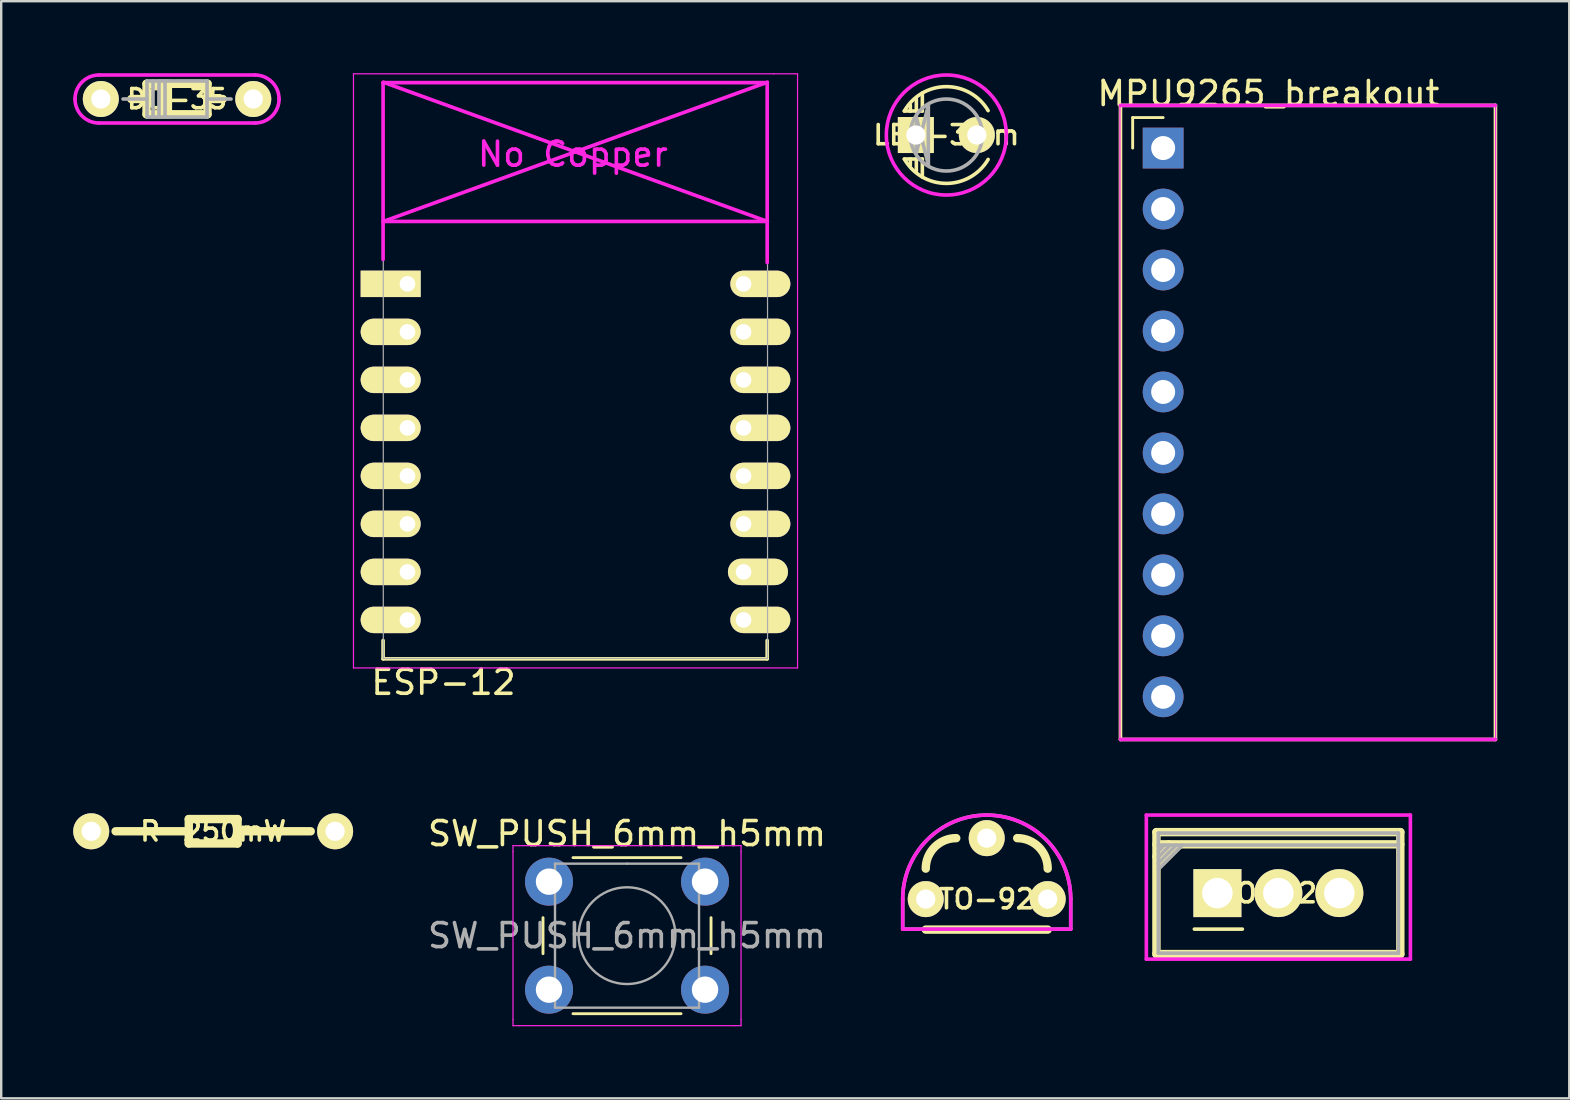
<source format=kicad_pcb>
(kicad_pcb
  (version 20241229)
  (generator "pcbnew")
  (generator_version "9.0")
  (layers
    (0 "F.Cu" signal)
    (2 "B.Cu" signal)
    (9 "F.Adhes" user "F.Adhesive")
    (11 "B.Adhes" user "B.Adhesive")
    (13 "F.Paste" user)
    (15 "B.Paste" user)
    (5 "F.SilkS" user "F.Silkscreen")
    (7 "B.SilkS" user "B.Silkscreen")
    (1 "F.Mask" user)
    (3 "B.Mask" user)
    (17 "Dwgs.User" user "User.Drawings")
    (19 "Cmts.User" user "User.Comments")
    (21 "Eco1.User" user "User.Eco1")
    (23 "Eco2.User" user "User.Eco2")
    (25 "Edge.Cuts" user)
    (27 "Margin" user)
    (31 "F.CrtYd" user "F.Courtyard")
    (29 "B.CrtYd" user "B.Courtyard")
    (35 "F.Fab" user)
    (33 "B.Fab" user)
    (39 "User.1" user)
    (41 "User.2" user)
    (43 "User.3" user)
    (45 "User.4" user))
  (footprint "TO-220"
    (layer "F.Cu")
    (at 50.206 34.156)
    (property "Reference" "TO-220" (at 0 0 0) (layer "F.SilkS") (effects (font (size 0.8 0.8) (thickness 0.15))))
    (attr through_hole)
    (fp_line (start -5.08 -2.54) (end -5.08 2.54) (stroke (width 0.35) (type solid)) (layer "F.SilkS"))
    (fp_line (start -5.08 -2.032) (end 5.08 -2.032) (stroke (width 0.35) (type solid)) (layer "F.SilkS"))
    (fp_line (start -5.08 2.54) (end 5.08 2.54) (stroke (width 0.35) (type solid)) (layer "F.SilkS"))
    (fp_line (start -5.029 -1.118) (end -4.166 -1.981) (stroke (width 0.35) (type solid)) (layer "F.SilkS"))
    (fp_line (start -4.572 -2.032) (end -5.08 -1.524) (stroke (width 0.35) (type solid)) (layer "F.SilkS"))
    (fp_line (start -3.5 1.5) (end -1.5 1.5) (stroke (width 0.15) (type solid)) (layer "F.SilkS"))
    (fp_line (start 5.08 -2.54) (end -5.08 -2.54) (stroke (width 0.35) (type solid)) (layer "F.SilkS"))
    (fp_line (start 5.08 2.54) (end 5.08 -2.54) (stroke (width 0.35) (type solid)) (layer "F.SilkS"))
    (fp_line (start -5.5 -3.25) (end -5.5 2.75) (stroke (width 0.15) (type solid)) (layer "F.CrtYd"))
    (fp_line (start -5.5 2.75) (end 5.5 2.75) (stroke (width 0.15) (type solid)) (layer "F.CrtYd"))
    (fp_line (start 5.5 -3.25) (end -5.5 -3.25) (stroke (width 0.15) (type solid)) (layer "F.CrtYd"))
    (fp_line (start 5.5 2.75) (end 5.5 -3.25) (stroke (width 0.15) (type solid)) (layer "F.CrtYd"))
    (fp_line (start -5 -2.5) (end -5 2.5) (stroke (width 0.15) (type solid)) (layer "F.Fab"))
    (fp_line (start -5 -2) (end 5 -2) (stroke (width 0.15) (type solid)) (layer "F.Fab"))
    (fp_line (start -5 -1.75) (end -4.75 -2) (stroke (width 0.15) (type solid)) (layer "F.Fab"))
    (fp_line (start -5 -1.25) (end -4.25 -2) (stroke (width 0.15) (type solid)) (layer "F.Fab"))
    (fp_line (start -5 2.5) (end 5 2.5) (stroke (width 0.15) (type solid)) (layer "F.Fab"))
    (fp_line (start -4.5 -2) (end -5 -1.5) (stroke (width 0.15) (type solid)) (layer "F.Fab"))
    (fp_line (start -4 -2) (end -5 -1) (stroke (width 0.15) (type solid)) (layer "F.Fab"))
    (fp_line (start 5 -2.5) (end -5 -2.5) (stroke (width 0.15) (type solid)) (layer "F.Fab"))
    (fp_line (start 5 2.5) (end 5 -2.5) (stroke (width 0.15) (type solid)) (layer "F.Fab"))
    (pad "1" thru_hole rect (at -2.54 0) (size 1.999 1.999) (drill 1.27) (layers "*.Cu" "*.Mask" "F.SilkS"))
    (pad "2" thru_hole circle (at 0 0) (size 1.999 1.999) (drill 1.27) (layers "*.Cu" "*.Mask" "F.SilkS"))
    (pad "3" thru_hole circle (at 2.54 0) (size 1.999 1.999) (drill 1.27) (layers "*.Cu" "*.Mask" "F.SilkS")))
  (footprint "TO-92"
    (layer "F.Cu")
    (at 38.056 34.406)
    (property "Reference" "TO-92" (at 0 0 0) (layer "F.SilkS") (effects (font (size 0.8 0.8) (thickness 0.15))))
    (attr through_hole)
    (fp_line (start -2.54 1.27) (end 2.54 1.27) (stroke (width 0.35) (type solid)) (layer "F.SilkS"))
    (fp_arc (start -2.54 -1.27) (mid -2.168026 -2.168026) (end -1.27 -2.54) (stroke (width 0.35) (type solid)) (layer "F.SilkS"))
    (fp_arc (start 1.27 -2.54) (mid 2.168026 -2.168026) (end 2.54 -1.27) (stroke (width 0.35) (type solid)) (layer "F.SilkS"))
    (fp_line (start -3.5 1.25) (end -3.5 0) (stroke (width 0.15) (type solid)) (layer "F.CrtYd"))
    (fp_line (start 3.5 0) (end 3.5 1.25) (stroke (width 0.15) (type solid)) (layer "F.CrtYd"))
    (fp_line (start 3.5 1.25) (end -3.5 1.25) (stroke (width 0.15) (type solid)) (layer "F.CrtYd"))
    (fp_arc (start -3.5 0) (mid -2.474874 -2.474874) (end 0 -3.5) (stroke (width 0.15) (type solid)) (layer "F.CrtYd"))
    (fp_arc (start 0 -3.5) (mid 2.474874 -2.474874) (end 3.5 0) (stroke (width 0.15) (type solid)) (layer "F.CrtYd"))
    (fp_line (start -3.5 1.25) (end -3.5 0) (stroke (width 0.15) (type solid)) (layer "F.Fab"))
    (fp_line (start 3.5 0) (end 3.5 1.25) (stroke (width 0.15) (type solid)) (layer "F.Fab"))
    (fp_line (start 3.5 1.25) (end -3.5 1.25) (stroke (width 0.15) (type solid)) (layer "F.Fab"))
    (fp_arc (start -3.5 0) (mid -2.474874 -2.474874) (end 0 -3.5) (stroke (width 0.15) (type solid)) (layer "F.Fab"))
    (fp_arc (start 0 -3.5) (mid 2.474874 -2.474874) (end 3.5 0) (stroke (width 0.15) (type solid)) (layer "F.Fab"))
    (pad "1" thru_hole circle (at -2.54 0) (size 1.5 1.5) (drill 0.8) (layers "*.Cu" "*.Mask" "F.SilkS"))
    (pad "2" thru_hole circle (at 0 -2.54) (size 1.5 1.5) (drill 0.8) (layers "*.Cu" "*.Mask" "F.SilkS"))
    (pad "3" thru_hole circle (at 2.54 0) (size 1.5 1.5) (drill 0.8) (layers "*.Cu" "*.Mask" "F.SilkS")))
  (footprint "LED-3mm"
    (layer "F.Cu")
    (at 36.374 2.575)
    (property "Reference" "LED-3mm" (at 0 0 0) (layer "F.SilkS") (effects (font (size 0.8 0.8) (thickness 0.15))))
    (attr through_hole)
    (fp_line (start -1.75 -1) (end -1.5 -1) (stroke (width 0.15) (type solid)) (layer "F.SilkS"))
    (fp_line (start -1.75 1) (end -1.5 1) (stroke (width 0.15) (type solid)) (layer "F.SilkS"))
    (fp_line (start -1.5 -1) (end -1.5 -1.25) (stroke (width 0.15) (type solid)) (layer "F.SilkS"))
    (fp_line (start -1.5 -1) (end -1.25 -1) (stroke (width 0.15) (type solid)) (layer "F.SilkS"))
    (fp_line (start -1.5 1) (end -1.5 1.25) (stroke (width 0.15) (type solid)) (layer "F.SilkS"))
    (fp_line (start -1.5 1) (end -1.25 1) (stroke (width 0.15) (type solid)) (layer "F.SilkS"))
    (fp_line (start -1.25 -1) (end -1.25 -1.5) (stroke (width 0.15) (type solid)) (layer "F.SilkS"))
    (fp_line (start -1.25 -1) (end -1 -1) (stroke (width 0.15) (type solid)) (layer "F.SilkS"))
    (fp_line (start -1.25 1) (end -1.25 1.5) (stroke (width 0.15) (type solid)) (layer "F.SilkS"))
    (fp_line (start -1.25 1) (end -1 1) (stroke (width 0.15) (type solid)) (layer "F.SilkS"))
    (fp_line (start -1 -1) (end -1 -1.75) (stroke (width 0.15) (type solid)) (layer "F.SilkS"))
    (fp_line (start -1 1) (end -1 1.75) (stroke (width 0.15) (type solid)) (layer "F.SilkS"))
    (fp_arc (start -1.75 -1) (mid -0.008975 -2.015544) (end 1.741025 -1.015544) (stroke (width 0.15) (type solid)) (layer "F.SilkS"))
    (fp_arc (start 1.741025 1.015544) (mid -0.008974 2.015544) (end -1.75 1) (stroke (width 0.15) (type solid)) (layer "F.SilkS"))
    (fp_circle (center 0 0) (end 2.5 0) (stroke (width 0.15) (type solid)) (fill no) (layer "F.CrtYd"))
    (fp_line (start -1.25 -0.75) (end -1.25 0.75) (stroke (width 0.15) (type solid)) (layer "F.Fab"))
    (fp_line (start -1.25 0.75) (end -0.75 -1.25) (stroke (width 0.15) (type solid)) (layer "F.Fab"))
    (fp_line (start -0.75 1.25) (end -1.25 -0.75) (stroke (width 0.15) (type solid)) (layer "F.Fab"))
    (fp_line (start -0.75 1.25) (end -0.75 -1.25) (stroke (width 0.15) (type solid)) (layer "F.Fab"))
    (fp_circle (center 0 0) (end 1.5 0) (stroke (width 0.15) (type solid)) (fill no) (layer "F.Fab"))
    (pad "1" thru_hole rect (at -1.27 0 180) (size 1.5 1.5) (drill 0.8) (layers "*.Cu" "*.Mask" "F.SilkS"))
    (pad "2" thru_hole circle (at 1.27 0 180) (size 1.5 1.5) (drill 0.8) (layers "*.Cu" "*.Mask" "F.SilkS")))
  (footprint "DO-35"
    (layer "F.Cu")
    (at 4.325 1.075)
    (property "Reference" "DO-35" (at 0 0 0) (layer "F.SilkS") (effects (font (size 0.8 0.8) (thickness 0.15))))
    (attr through_hole)
    (fp_line (start -1.27 -0.635) (end -1.27 0.635) (stroke (width 0.35) (type solid)) (layer "F.SilkS"))
    (fp_line (start -1.27 0) (end -1.905 0) (stroke (width 0.35) (type solid)) (layer "F.SilkS"))
    (fp_line (start -1.27 0.635) (end 1.27 0.635) (stroke (width 0.35) (type solid)) (layer "F.SilkS"))
    (fp_line (start -0.635 -0.635) (end -0.635 0.635) (stroke (width 0.35) (type solid)) (layer "F.SilkS"))
    (fp_line (start -0.381 -0.635) (end -0.381 0.635) (stroke (width 0.35) (type solid)) (layer "F.SilkS"))
    (fp_line (start 1.27 -0.635) (end -1.27 -0.635) (stroke (width 0.35) (type solid)) (layer "F.SilkS"))
    (fp_line (start 1.27 0) (end 1.905 0) (stroke (width 0.35) (type solid)) (layer "F.SilkS"))
    (fp_line (start 1.27 0.635) (end 1.27 -0.635) (stroke (width 0.35) (type solid)) (layer "F.SilkS"))
    (fp_line (start -3.25 1) (end 3.25 1) (stroke (width 0.15) (type solid)) (layer "F.CrtYd"))
    (fp_line (start 3.25 -1) (end -3.25 -1) (stroke (width 0.15) (type solid)) (layer "F.CrtYd"))
    (fp_arc (start -4.25 0) (mid -3.957107 -0.707107) (end -3.25 -1) (stroke (width 0.15) (type solid)) (layer "F.CrtYd"))
    (fp_arc (start -3.25 1) (mid -3.957107 0.707107) (end -4.25 0) (stroke (width 0.15) (type solid)) (layer "F.CrtYd"))
    (fp_arc (start 3.25 -1) (mid 3.957107 -0.707107) (end 4.25 0) (stroke (width 0.15) (type solid)) (layer "F.CrtYd"))
    (fp_arc (start 4.25 0) (mid 3.957107 0.707107) (end 3.25 1) (stroke (width 0.15) (type solid)) (layer "F.CrtYd"))
    (fp_line (start -1.25 -0.75) (end 1.25 -0.75) (stroke (width 0.15) (type solid)) (layer "F.Fab"))
    (fp_line (start -1.25 0) (end -2.25 0) (stroke (width 0.15) (type solid)) (layer "F.Fab"))
    (fp_line (start -1.25 0.75) (end -1.25 -0.75) (stroke (width 0.15) (type solid)) (layer "F.Fab"))
    (fp_line (start -1 -0.75) (end -1 0.75) (stroke (width 0.15) (type solid)) (layer "F.Fab"))
    (fp_line (start -0.75 0.75) (end -0.75 -0.75) (stroke (width 0.15) (type solid)) (layer "F.Fab"))
    (fp_line (start -0.5 -0.75) (end -0.5 0.75) (stroke (width 0.15) (type solid)) (layer "F.Fab"))
    (fp_line (start 1.25 -0.75) (end 1.25 0.75) (stroke (width 0.15) (type solid)) (layer "F.Fab"))
    (fp_line (start 1.25 0) (end 2.25 0) (stroke (width 0.15) (type solid)) (layer "F.Fab"))
    (fp_line (start 1.25 0.75) (end -1.25 0.75) (stroke (width 0.15) (type solid)) (layer "F.Fab"))
    (pad "1" thru_hole circle (at -3.175 0 180) (size 1.5 1.5) (drill 0.8) (layers "*.Cu" "*.Mask" "F.SilkS"))
    (pad "2" thru_hole circle (at 3.175 0 180) (size 1.5 1.5) (drill 0.8) (layers "*.Cu" "*.Mask" "F.SilkS")))
  (footprint "R-250mW"
    (layer "F.Cu")
    (at 5.83 31.581)
    (property "Reference" "R-250mW" (at 0 0 0) (layer "F.SilkS") (effects (font (size 0.8 0.8) (thickness 0.15))))
    (attr through_hole)
    (fp_line (start -1.016 -0.508) (end -1.016 0.508) (stroke (width 0.35) (type solid)) (layer "F.SilkS"))
    (fp_line (start -1.016 0) (end -4.064 0) (stroke (width 0.35) (type solid)) (layer "F.SilkS"))
    (fp_line (start -1.016 0.508) (end 1.016 0.508) (stroke (width 0.35) (type solid)) (layer "F.SilkS"))
    (fp_line (start 1.016 -0.508) (end -1.016 -0.508) (stroke (width 0.35) (type solid)) (layer "F.SilkS"))
    (fp_line (start 1.016 0) (end 4.064 0) (stroke (width 0.35) (type solid)) (layer "F.SilkS"))
    (fp_line (start 1.016 0.508) (end 1.016 -0.508) (stroke (width 0.35) (type solid)) (layer "F.SilkS"))
    (pad "1" thru_hole circle (at -5.08 0) (size 1.5 1.5) (drill 0.8) (layers "*.Cu" "*.Mask" "F.SilkS"))
    (pad "2" thru_hole circle (at 5.08 0) (size 1.5 1.5) (drill 0.8) (layers "*.Cu" "*.Mask" "F.SilkS")))
  (footprint "ESP-12"
    (layer "F.Cu")
    (at 13.925 8.775)
    (property "Reference" "ESP-12" (at 1.5 16.6 0) (layer "F.SilkS") (effects (font (size 1 1) (thickness 0.15))))
    (attr through_hole)
    (fp_line (start -1.016 14.859) (end -1.016 15.621) (stroke (width 0.152) (type solid)) (layer "F.SilkS"))
    (fp_line (start -1.016 15.621) (end 14.986 15.621) (stroke (width 0.152) (type solid)) (layer "F.SilkS"))
    (fp_line (start 14.986 15.621) (end 14.986 14.859) (stroke (width 0.152) (type solid)) (layer "F.SilkS"))
    (fp_line (start -2.25 -8.75) (end 15.25 -8.75) (stroke (width 0.05) (type solid)) (layer "F.CrtYd"))
    (fp_line (start -2.25 -0.5) (end -2.25 -8.75) (stroke (width 0.05) (type solid)) (layer "F.CrtYd"))
    (fp_line (start -2.25 16) (end -2.25 -0.5) (stroke (width 0.05) (type solid)) (layer "F.CrtYd"))
    (fp_line (start -1.016 -8.382) (end -1.016 -1.016) (stroke (width 0.152) (type solid)) (layer "F.CrtYd"))
    (fp_line (start -1.016 -8.382) (end 14.986 -8.382) (stroke (width 0.152) (type solid)) (layer "F.CrtYd"))
    (fp_line (start -1.008 -8.4) (end 14.992 -2.6) (stroke (width 0.152) (type solid)) (layer "F.CrtYd"))
    (fp_line (start -1.008 -2.6) (end 14.992 -2.6) (stroke (width 0.152) (type solid)) (layer "F.CrtYd"))
    (fp_line (start 14.986 -8.382) (end 14.986 -0.889) (stroke (width 0.152) (type solid)) (layer "F.CrtYd"))
    (fp_line (start 14.992 -8.4) (end -1.008 -2.6) (stroke (width 0.152) (type solid)) (layer "F.CrtYd"))
    (fp_line (start 15.25 -8.75) (end 16.25 -8.75) (stroke (width 0.05) (type solid)) (layer "F.CrtYd"))
    (fp_line (start 16.25 -8.75) (end 16.25 16) (stroke (width 0.05) (type solid)) (layer "F.CrtYd"))
    (fp_line (start 16.25 16) (end -2.25 16) (stroke (width 0.05) (type solid)) (layer "F.CrtYd"))
    (fp_line (start -1.008 -8.4) (end 14.992 -8.4) (stroke (width 0.05) (type solid)) (layer "F.Fab"))
    (fp_line (start -1.008 15.6) (end -1.008 -8.4) (stroke (width 0.05) (type solid)) (layer "F.Fab"))
    (fp_line (start 14.992 15.6) (end -1.008 15.6) (stroke (width 0.05) (type solid)) (layer "F.Fab"))
    (fp_line (start 15 -8.4) (end 15 15.6) (stroke (width 0.05) (type solid)) (layer "F.Fab"))
    (fp_text user "No Copper" (at 6.892 -5.4 0) (layer "F.CrtYd") (effects (font (size 1 1) (thickness 0.15))))
    (pad "1" thru_hole rect (at 0 0) (size 2.5 1.1) (drill 0.65 (offset -0.7 0)) (layers "*.Cu" "*.Mask" "F.SilkS"))
    (pad "2" thru_hole oval (at 0 2) (size 2.5 1.1) (drill 0.65 (offset -0.7 0)) (layers "*.Cu" "*.Mask" "F.SilkS"))
    (pad "3" thru_hole oval (at 0 4) (size 2.5 1.1) (drill 0.65 (offset -0.7 0)) (layers "*.Cu" "*.Mask" "F.SilkS"))
    (pad "4" thru_hole oval (at 0 6) (size 2.5 1.1) (drill 0.65 (offset -0.7 0)) (layers "*.Cu" "*.Mask" "F.SilkS"))
    (pad "5" thru_hole oval (at 0 8) (size 2.5 1.1) (drill 0.65 (offset -0.7 0)) (layers "*.Cu" "*.Mask" "F.SilkS"))
    (pad "6" thru_hole oval (at 0 10) (size 2.5 1.1) (drill 0.65 (offset -0.7 0)) (layers "*.Cu" "*.Mask" "F.SilkS"))
    (pad "7" thru_hole oval (at 0 12) (size 2.5 1.1) (drill 0.65 (offset -0.7 0)) (layers "*.Cu" "*.Mask" "F.SilkS"))
    (pad "8" thru_hole oval (at 0 14) (size 2.5 1.1) (drill 0.65 (offset -0.7 0)) (layers "*.Cu" "*.Mask" "F.SilkS"))
    (pad "9" thru_hole oval (at 14 14) (size 2.5 1.1) (drill 0.65 (offset 0.7 0)) (layers "*.Cu" "*.Mask" "F.SilkS"))
    (pad "10" thru_hole oval (at 14 12) (size 2.5 1.1) (drill 0.65 (offset 0.6 0)) (layers "*.Cu" "*.Mask" "F.SilkS"))
    (pad "11" thru_hole oval (at 14 10) (size 2.5 1.1) (drill 0.65 (offset 0.7 0)) (layers "*.Cu" "*.Mask" "F.SilkS"))
    (pad "12" thru_hole oval (at 14 8) (size 2.5 1.1) (drill 0.65 (offset 0.7 0)) (layers "*.Cu" "*.Mask" "F.SilkS"))
    (pad "13" thru_hole oval (at 14 6) (size 2.5 1.1) (drill 0.65 (offset 0.7 0)) (layers "*.Cu" "*.Mask" "F.SilkS"))
    (pad "14" thru_hole oval (at 14 4) (size 2.5 1.1) (drill 0.65 (offset 0.7 0)) (layers "*.Cu" "*.Mask" "F.SilkS"))
    (pad "15" thru_hole oval (at 14 2) (size 2.5 1.1) (drill 0.65 (offset 0.7 0)) (layers "*.Cu" "*.Mask" "F.SilkS"))
    (pad "16" thru_hole oval (at 14 0) (size 2.5 1.1) (drill 0.65 (offset 0.7 0)) (layers "*.Cu" "*.Mask" "F.SilkS")))
  (footprint "MPU9265_breakout"
    (layer "F.Cu")
    (at 50.486 15.818)
    (property "Reference" "MPU9265_breakout" (at -0.695 -14.97 0) (layer "F.SilkS") (effects (font (size 1 1) (thickness 0.15))))
    (attr through_hole)
    (fp_line (start -6.858 -14.478) (end 8.763 -14.478) (stroke (width 0.15) (type solid)) (layer "F.SilkS"))
    (fp_line (start -6.858 11.938) (end -6.858 -14.478) (stroke (width 0.15) (type solid)) (layer "F.SilkS"))
    (fp_line (start -6.35 -13.97) (end -5.08 -13.97) (stroke (width 0.12) (type solid)) (layer "F.SilkS"))
    (fp_line (start -6.35 -12.7) (end -6.35 -13.97) (stroke (width 0.12) (type solid)) (layer "F.SilkS"))
    (fp_line (start 8.763 -14.478) (end 8.763 11.938) (stroke (width 0.15) (type solid)) (layer "F.SilkS"))
    (fp_line (start 8.763 11.938) (end -6.858 11.938) (stroke (width 0.15) (type solid)) (layer "F.SilkS"))
    (fp_line (start -6.88 -14.5) (end -6.88 11.95) (stroke (width 0.05) (type solid)) (layer "F.CrtYd"))
    (fp_line (start -6.858 -14.478) (end 8.763 -14.478) (stroke (width 0.15) (type solid)) (layer "F.CrtYd"))
    (fp_line (start -6.858 11.938) (end 8.763 11.938) (stroke (width 0.15) (type solid)) (layer "F.CrtYd"))
    (fp_line (start 8.772 11.95) (end 8.772 -14.5) (stroke (width 0.05) (type solid)) (layer "F.CrtYd"))
    (pad "1" thru_hole rect (at -5.08 -12.7) (size 1.7 1.7) (drill 1) (layers "*.Cu" "*.Mask"))
    (pad "2" thru_hole oval (at -5.08 -10.16) (size 1.7 1.7) (drill 1) (layers "*.Cu" "*.Mask"))
    (pad "3" thru_hole oval (at -5.08 -7.62) (size 1.7 1.7) (drill 1) (layers "*.Cu" "*.Mask"))
    (pad "4" thru_hole oval (at -5.08 -5.08) (size 1.7 1.7) (drill 1) (layers "*.Cu" "*.Mask"))
    (pad "5" thru_hole oval (at -5.08 -2.54) (size 1.7 1.7) (drill 1) (layers "*.Cu" "*.Mask"))
    (pad "6" thru_hole oval (at -5.08 0) (size 1.7 1.7) (drill 1) (layers "*.Cu" "*.Mask"))
    (pad "7" thru_hole oval (at -5.08 2.54) (size 1.7 1.7) (drill 1) (layers "*.Cu" "*.Mask"))
    (pad "8" thru_hole oval (at -5.08 5.08) (size 1.7 1.7) (drill 1) (layers "*.Cu" "*.Mask"))
    (pad "9" thru_hole oval (at -5.08 7.62) (size 1.7 1.7) (drill 1) (layers "*.Cu" "*.Mask"))
    (pad "10" thru_hole oval (at -5.08 10.16) (size 1.7 1.7) (drill 1) (layers "*.Cu" "*.Mask")))
  (footprint "SW_PUSH_6mm_h5mm"
    (layer "F.Cu")
    (at 19.821 33.679)
    (property "Reference" "SW_PUSH_6mm_h5mm" (at 3.25 -2 0) (layer "F.SilkS") (effects (font (size 1 1) (thickness 0.15))))
    (attr through_hole)
    (fp_line (start -0.25 1.5) (end -0.25 3) (stroke (width 0.12) (type solid)) (layer "F.SilkS"))
    (fp_line (start 1 5.5) (end 5.5 5.5) (stroke (width 0.12) (type solid)) (layer "F.SilkS"))
    (fp_line (start 5.5 -1) (end 1 -1) (stroke (width 0.12) (type solid)) (layer "F.SilkS"))
    (fp_line (start 6.75 3) (end 6.75 1.5) (stroke (width 0.12) (type solid)) (layer "F.SilkS"))
    (fp_line (start -1.5 -1.5) (end -1.25 -1.5) (stroke (width 0.05) (type solid)) (layer "F.CrtYd"))
    (fp_line (start -1.5 -1.25) (end -1.5 -1.5) (stroke (width 0.05) (type solid)) (layer "F.CrtYd"))
    (fp_line (start -1.5 5.75) (end -1.5 -1.25) (stroke (width 0.05) (type solid)) (layer "F.CrtYd"))
    (fp_line (start -1.5 5.75) (end -1.5 6) (stroke (width 0.05) (type solid)) (layer "F.CrtYd"))
    (fp_line (start -1.5 6) (end -1.25 6) (stroke (width 0.05) (type solid)) (layer "F.CrtYd"))
    (fp_line (start -1.25 -1.5) (end 7.75 -1.5) (stroke (width 0.05) (type solid)) (layer "F.CrtYd"))
    (fp_line (start 7.75 -1.5) (end 8 -1.5) (stroke (width 0.05) (type solid)) (layer "F.CrtYd"))
    (fp_line (start 7.75 6) (end -1.25 6) (stroke (width 0.05) (type solid)) (layer "F.CrtYd"))
    (fp_line (start 7.75 6) (end 8 6) (stroke (width 0.05) (type solid)) (layer "F.CrtYd"))
    (fp_line (start 8 -1.5) (end 8 -1.25) (stroke (width 0.05) (type solid)) (layer "F.CrtYd"))
    (fp_line (start 8 -1.25) (end 8 5.75) (stroke (width 0.05) (type solid)) (layer "F.CrtYd"))
    (fp_line (start 8 6) (end 8 5.75) (stroke (width 0.05) (type solid)) (layer "F.CrtYd"))
    (fp_line (start 0.25 -0.75) (end 3.25 -0.75) (stroke (width 0.1) (type solid)) (layer "F.Fab"))
    (fp_line (start 0.25 5.25) (end 0.25 -0.75) (stroke (width 0.1) (type solid)) (layer "F.Fab"))
    (fp_line (start 3.25 -0.75) (end 6.25 -0.75) (stroke (width 0.1) (type solid)) (layer "F.Fab"))
    (fp_line (start 6.25 -0.75) (end 6.25 5.25) (stroke (width 0.1) (type solid)) (layer "F.Fab"))
    (fp_line (start 6.25 5.25) (end 0.25 5.25) (stroke (width 0.1) (type solid)) (layer "F.Fab"))
    (fp_circle (center 3.25 2.25) (end 1.25 2.5) (stroke (width 0.1) (type solid)) (fill no) (layer "F.Fab"))
    (fp_text user "${REFERENCE}" (at 3.25 2.25 0) (layer "F.Fab") (effects (font (size 1 1) (thickness 0.15))))
    (pad "1" thru_hole circle (at 0 0 90) (size 2 2) (drill 1.1) (layers "*.Cu" "*.Mask"))
    (pad "1" thru_hole circle (at 6.5 0 90) (size 2 2) (drill 1.1) (layers "*.Cu" "*.Mask"))
    (pad "2" thru_hole circle (at 0 4.5 90) (size 2 2) (drill 1.1) (layers "*.Cu" "*.Mask"))
    (pad "2" thru_hole circle (at 6.5 4.5 90) (size 2 2) (drill 1.1) (layers "*.Cu" "*.Mask")))
  (gr_rect
    (start -3 -3)
    (end 62.324 42.705)
    (stroke (width 0.1) (type default))
    (fill no)
    (layer "Edge.Cuts")))
</source>
